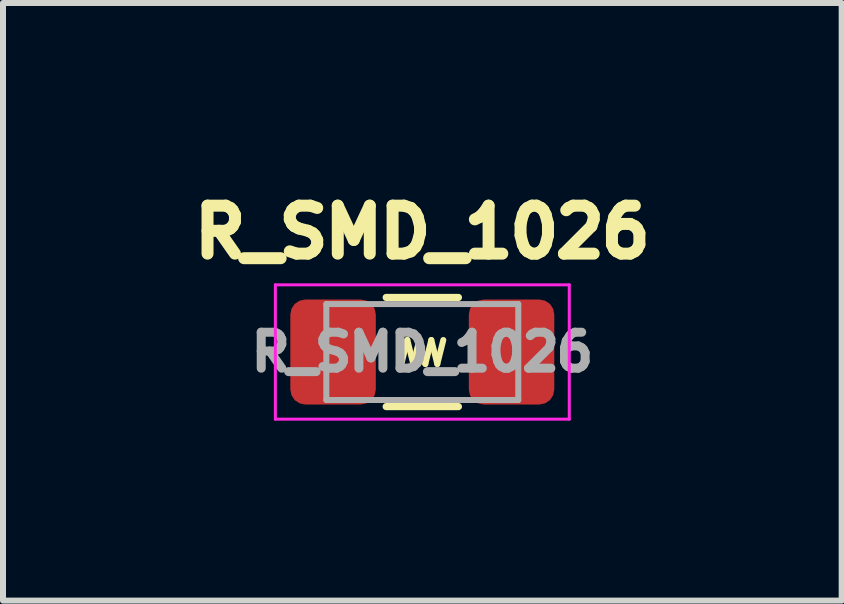
<source format=kicad_pcb>
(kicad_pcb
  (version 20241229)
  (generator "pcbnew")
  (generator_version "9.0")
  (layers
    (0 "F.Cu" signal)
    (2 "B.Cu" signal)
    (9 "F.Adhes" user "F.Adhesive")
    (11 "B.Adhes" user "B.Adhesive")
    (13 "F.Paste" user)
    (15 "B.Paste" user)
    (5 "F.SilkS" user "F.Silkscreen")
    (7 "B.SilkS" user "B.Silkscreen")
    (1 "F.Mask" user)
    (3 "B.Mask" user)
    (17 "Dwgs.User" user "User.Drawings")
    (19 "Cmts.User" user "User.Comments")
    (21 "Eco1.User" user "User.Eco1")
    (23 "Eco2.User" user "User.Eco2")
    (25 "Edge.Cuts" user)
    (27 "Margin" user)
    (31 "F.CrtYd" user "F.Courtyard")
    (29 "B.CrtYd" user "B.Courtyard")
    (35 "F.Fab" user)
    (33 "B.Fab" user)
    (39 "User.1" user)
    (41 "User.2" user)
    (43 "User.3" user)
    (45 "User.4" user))
  (footprint "R_SMD_1026"
    (layer "F.Cu")
    (at 3.991 2.819)
    (property "Reference" "R_SMD_1026" (at 0 -2 0) (layer "F.SilkS") (effects (font (size 0.8 0.8) (thickness 0.2))))
    (attr smd)
    (fp_line (start -0.602 -0.91) (end 0.602 -0.91) (stroke (width 0.12) (type solid)) (layer "F.SilkS"))
    (fp_line (start -0.602 0.91) (end 0.602 0.91) (stroke (width 0.12) (type solid)) (layer "F.SilkS"))
    (fp_line (start -0.35 0.2) (end -0.25 -0.2) (stroke (width 0.1) (type solid)) (layer "F.SilkS"))
    (fp_line (start -0.25 -0.2) (end -0.15 0.2) (stroke (width 0.1) (type solid)) (layer "F.SilkS"))
    (fp_line (start -0.15 0.2) (end -0.05 -0.2) (stroke (width 0.1) (type solid)) (layer "F.SilkS"))
    (fp_line (start -0.05 -0.2) (end 0.05 0.2) (stroke (width 0.1) (type solid)) (layer "F.SilkS"))
    (fp_line (start 0.05 0.2) (end 0.15 -0.2) (stroke (width 0.1) (type solid)) (layer "F.SilkS"))
    (fp_line (start 0.15 -0.2) (end 0.25 0.2) (stroke (width 0.1) (type solid)) (layer "F.SilkS"))
    (fp_line (start 0.25 0.2) (end 0.35 -0.2) (stroke (width 0.1) (type solid)) (layer "F.SilkS"))
    (fp_line (start -2.45 -1.12) (end 2.45 -1.12) (stroke (width 0.05) (type solid)) (layer "F.CrtYd"))
    (fp_line (start -2.45 1.12) (end -2.45 -1.12) (stroke (width 0.05) (type solid)) (layer "F.CrtYd"))
    (fp_line (start 2.45 -1.12) (end 2.45 1.12) (stroke (width 0.05) (type solid)) (layer "F.CrtYd"))
    (fp_line (start 2.45 1.12) (end -2.45 1.12) (stroke (width 0.05) (type solid)) (layer "F.CrtYd"))
    (fp_line (start -1.6 -0.8) (end 1.6 -0.8) (stroke (width 0.1) (type solid)) (layer "F.Fab"))
    (fp_line (start -1.6 0.8) (end -1.6 -0.8) (stroke (width 0.1) (type solid)) (layer "F.Fab"))
    (fp_line (start 1.6 -0.8) (end 1.6 0.8) (stroke (width 0.1) (type solid)) (layer "F.Fab"))
    (fp_line (start 1.6 0.8) (end -1.6 0.8) (stroke (width 0.1) (type solid)) (layer "F.Fab"))
    (fp_text user "${REFERENCE}" (at 0 0 0) (layer "F.Fab") (effects (font (size 0.6 0.6) (thickness 0.15))))
    (pad "1" smd roundrect (at -1.488 0) (size 1.425 1.75) (layers "F.Cu" "F.Mask" "F.Paste") (roundrect_rratio 0.175))
    (pad "2" smd roundrect (at 1.488 0) (size 1.425 1.75) (layers "F.Cu" "F.Mask" "F.Paste") (roundrect_rratio 0.175)))
  (gr_rect
    (start -3 -3)
    (end 10.983 6.964)
    (stroke (width 0.1) (type default))
    (fill no)
    (layer "Edge.Cuts")))
</source>
